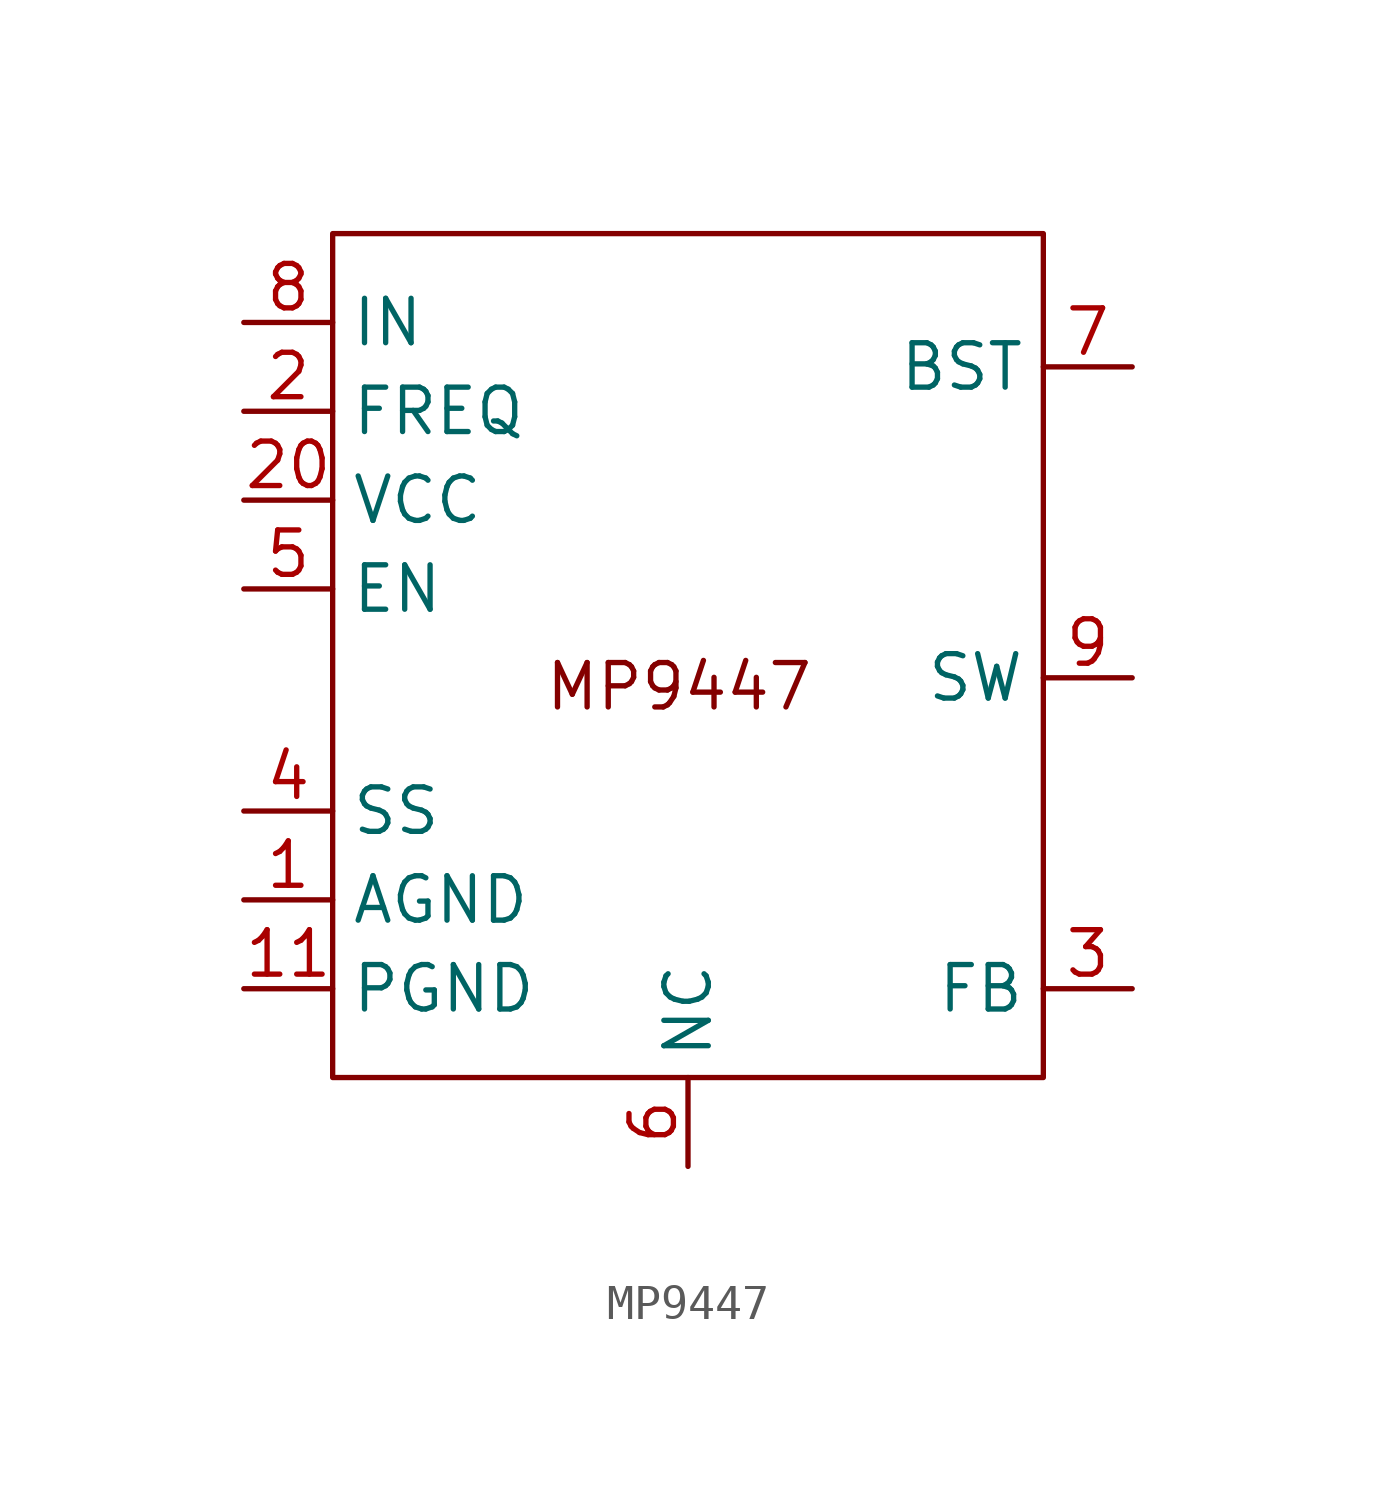
<source format=kicad_sym>
(kicad_symbol_lib
  (version 20241209)
  (generator "kicad_symbol_editor")
  (generator_version "9.0")
  (symbol "MP9447"
    (property "Reference" "U"
      (at 7.62 -7.112 0)
      (effects (font (size 1.27 1.27)) (hide yes)))
    (symbol "MP9447_0_1"
      (rectangle (start -2.54 3.81) (end 17.78 -20.32) (stroke (width 0) (type default)) (fill (type none))))
    (symbol "MP9447_1_1"
      (text "MP9447" (at 7.366 -9.144 0) (effects (font (size 1.27 1.27))))
      (pin input line (at -5.08 1.27 0) (length 2.54) (hide yes) (name "IN" (effects (font (size 1.27 1.27)))) (number "19" (effects (font (size 1.27 1.27)))))
      (pin input line (at -5.08 1.27 0) (length 2.54) (hide yes) (name "IN" (effects (font (size 1.27 1.27)))) (number "21" (effects (font (size 1.27 1.27)))))
      (pin input line (at -5.08 1.27 0) (length 2.54) (hide yes) (name "IN" (effects (font (size 1.27 1.27)))) (number "22" (effects (font (size 1.27 1.27)))))
      (pin input line (at -5.08 1.27 0) (length 2.54) (hide yes) (name "IN" (effects (font (size 1.27 1.27)))) (number "23" (effects (font (size 1.27 1.27)))))
      (pin input line (at -5.08 1.27 0) (length 2.54) (name "IN" (effects (font (size 1.27 1.27)))) (number "8" (effects (font (size 1.27 1.27)))))
      (pin input line (at -5.08 -1.27 0) (length 2.54) (name "FREQ" (effects (font (size 1.27 1.27)))) (number "2" (effects (font (size 1.27 1.27)))))
      (pin input line (at -5.08 -3.81 0) (length 2.54) (name "VCC" (effects (font (size 1.27 1.27)))) (number "20" (effects (font (size 1.27 1.27)))))
      (pin input line (at -5.08 -6.35 0) (length 2.54) (name "EN" (effects (font (size 1.27 1.27)))) (number "5" (effects (font (size 1.27 1.27)))))
      (pin output line (at -5.08 -12.7 0) (length 2.54) (name "SS" (effects (font (size 1.27 1.27)))) (number "4" (effects (font (size 1.27 1.27)))))
      (pin power_in line (at -5.08 -15.24 0) (length 2.54) (name "AGND" (effects (font (size 1.27 1.27)))) (number "1" (effects (font (size 1.27 1.27)))))
      (pin power_in line (at -5.08 -17.78 0) (length 2.54) (name "PGND" (effects (font (size 1.27 1.27)))) (number "11" (effects (font (size 1.27 1.27)))))
      (pin power_in line (at -5.08 -17.78 0) (length 2.54) (hide yes) (name "PGND" (effects (font (size 1.27 1.27)))) (number "12" (effects (font (size 1.27 1.27)))))
      (pin power_in line (at -5.08 -17.78 0) (length 2.54) (hide yes) (name "PGND" (effects (font (size 1.27 1.27)))) (number "13" (effects (font (size 1.27 1.27)))))
      (pin power_in line (at -5.08 -17.78 0) (length 2.54) (hide yes) (name "PGND" (effects (font (size 1.27 1.27)))) (number "14" (effects (font (size 1.27 1.27)))))
      (pin power_in line (at -5.08 -17.78 0) (length 2.54) (hide yes) (name "PGND" (effects (font (size 1.27 1.27)))) (number "15" (effects (font (size 1.27 1.27)))))
      (pin power_in line (at -5.08 -17.78 0) (length 2.54) (hide yes) (name "PGND" (effects (font (size 1.27 1.27)))) (number "16" (effects (font (size 1.27 1.27)))))
      (pin input line (at 7.62 -22.86 90) (length 2.54) (name "NC" (effects (font (size 1.27 1.27)))) (number "6" (effects (font (size 1.27 1.27)))))
      (pin output line (at 20.32 0 180) (length 2.54) (name "BST" (effects (font (size 1.27 1.27)))) (number "7" (effects (font (size 1.27 1.27)))))
      (pin output line (at 20.32 -8.89 180) (length 2.54) (hide yes) (name "SW" (effects (font (size 1.27 1.27)))) (number "10" (effects (font (size 1.27 1.27)))))
      (pin output line (at 20.32 -8.89 180) (length 2.54) (hide yes) (name "SW" (effects (font (size 1.27 1.27)))) (number "17" (effects (font (size 1.27 1.27)))))
      (pin output line (at 20.32 -8.89 180) (length 2.54) (hide yes) (name "SW" (effects (font (size 1.27 1.27)))) (number "18" (effects (font (size 1.27 1.27)))))
      (pin output line (at 20.32 -8.89 180) (length 2.54) (hide yes) (name "SW" (effects (font (size 1.27 1.27)))) (number "24" (effects (font (size 1.27 1.27)))))
      (pin output line (at 20.32 -8.89 180) (length 2.54) (hide yes) (name "SW" (effects (font (size 1.27 1.27)))) (number "25" (effects (font (size 1.27 1.27)))))
      (pin output line (at 20.32 -8.89 180) (length 2.54) (name "SW" (effects (font (size 1.27 1.27)))) (number "9" (effects (font (size 1.27 1.27)))))
      (pin input line (at 20.32 -17.78 180) (length 2.54) (name "FB" (effects (font (size 1.27 1.27)))) (number "3" (effects (font (size 1.27 1.27))))))))
</source>
